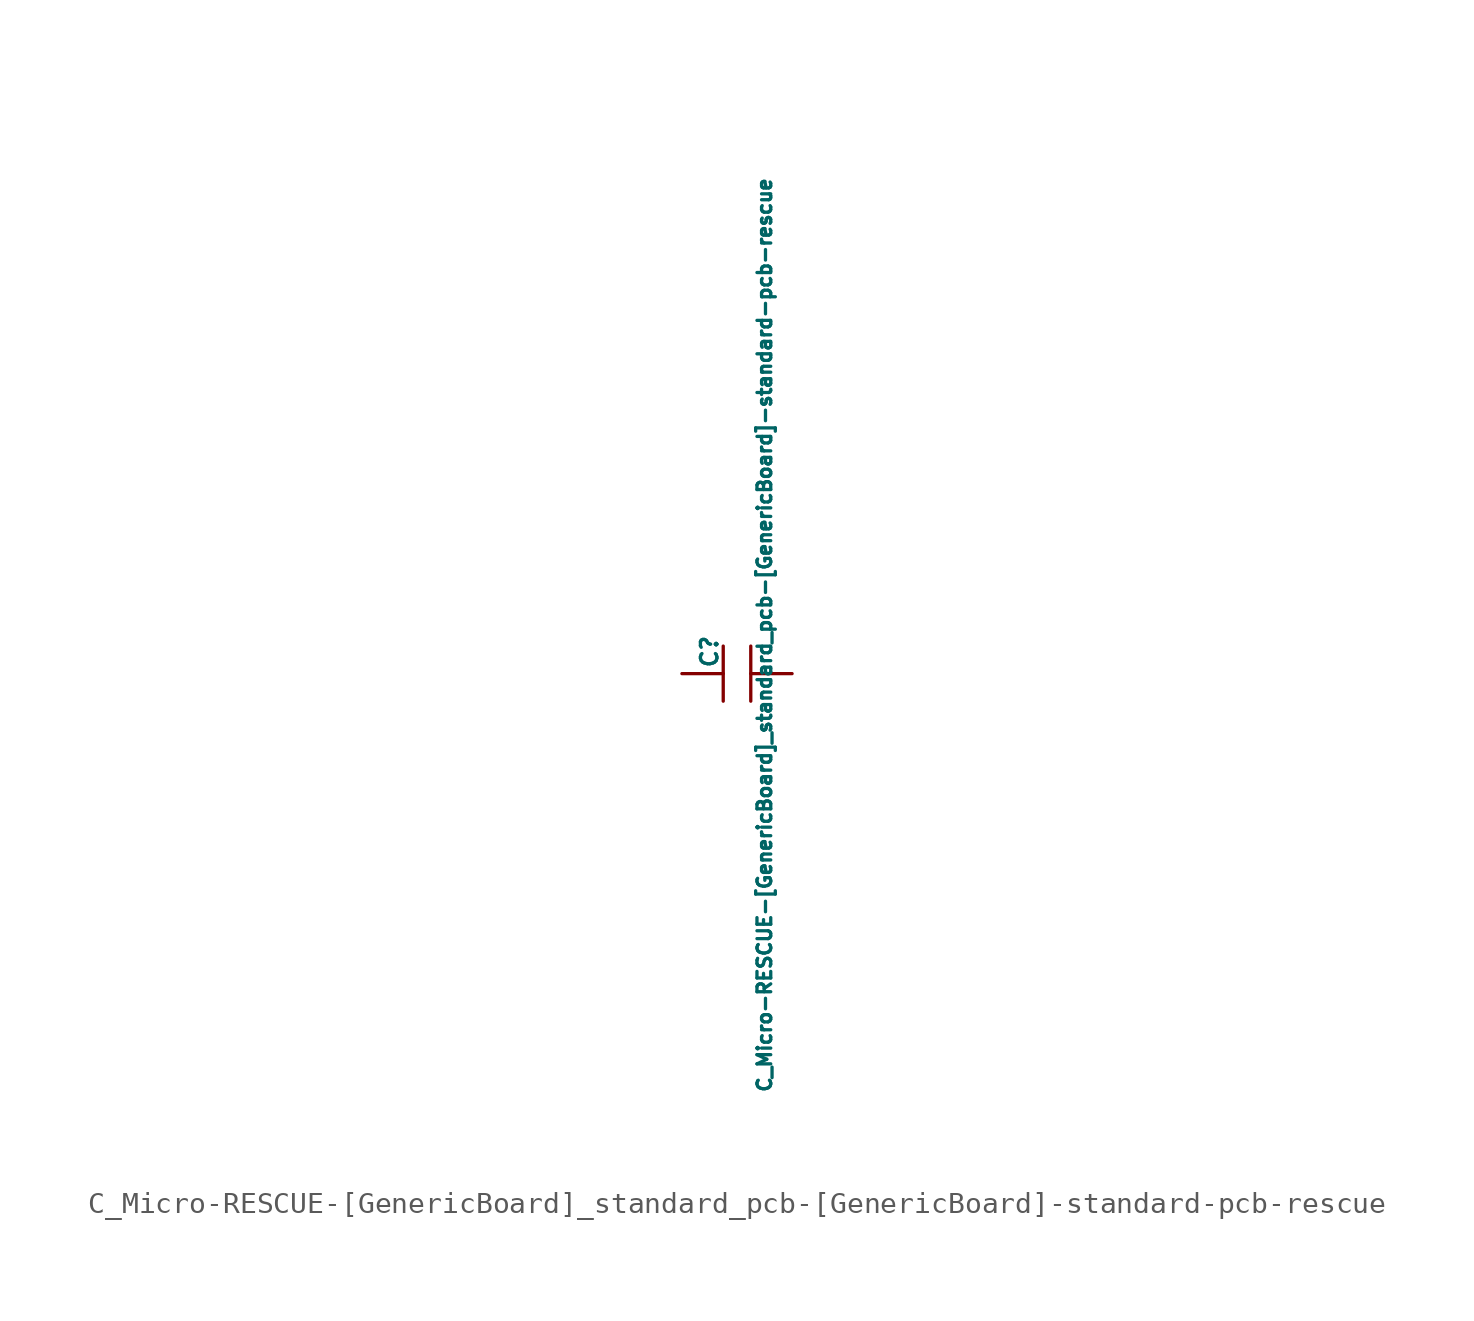
<source format=kicad_sym>
(kicad_symbol_lib
  (version 20211014)
  (generator kicad_symbol_editor)
  (symbol "C_Micro-RESCUE-[GenericBoard]_standard_pcb-[GenericBoard]-standard-pcb-rescue"
    (pin_numbers hide)
    (pin_names
      (offset 0) hide)
    (property "Reference" "C"
      (at -1.27 1.016 90)
      (effects (font (size 0.762 0.762))))
    (property "Value" "C_Micro-RESCUE-[GenericBoard]_standard_pcb-[GenericBoard]-standard-pcb-rescue"
      (at 1.27 1.778 90)
      (effects (font (size 0.635 0.635))))
    (property "Datasheet" ""
      (at -1.27 1.016 90)
      (effects (font (size 1.524 1.524))))
    (symbol "C_Micro-RESCUE-[GenericBoard]_standard_pcb-[GenericBoard]-standard-pcb-rescue_0_1"
      (polyline (pts (xy -0.635 -1.27) (xy -0.635 1.27) (xy -0.635 1.27)) (stroke (width 0) (type default) (color 0 0 0 0)) (fill (type background)))
      (polyline (pts (xy 0.635 -1.27) (xy 0.635 1.27) (xy 0.635 1.27)) (stroke (width 0) (type default) (color 0 0 0 0)) (fill (type background))))
    (symbol "C_Micro-RESCUE-[GenericBoard]_standard_pcb-[GenericBoard]-standard-pcb-rescue_1_1"
      (pin passive line (at -2.54 0 0) (length 1.905) (name "A" (effects (font (size 0.635 0.635)))) (number "1" (effects (font (size 0.635 0.635)))))
      (pin passive line (at 2.54 0 180) (length 1.905) (name "B" (effects (font (size 0.635 0.635)))) (number "2" (effects (font (size 0.635 0.635))))))))
</source>
